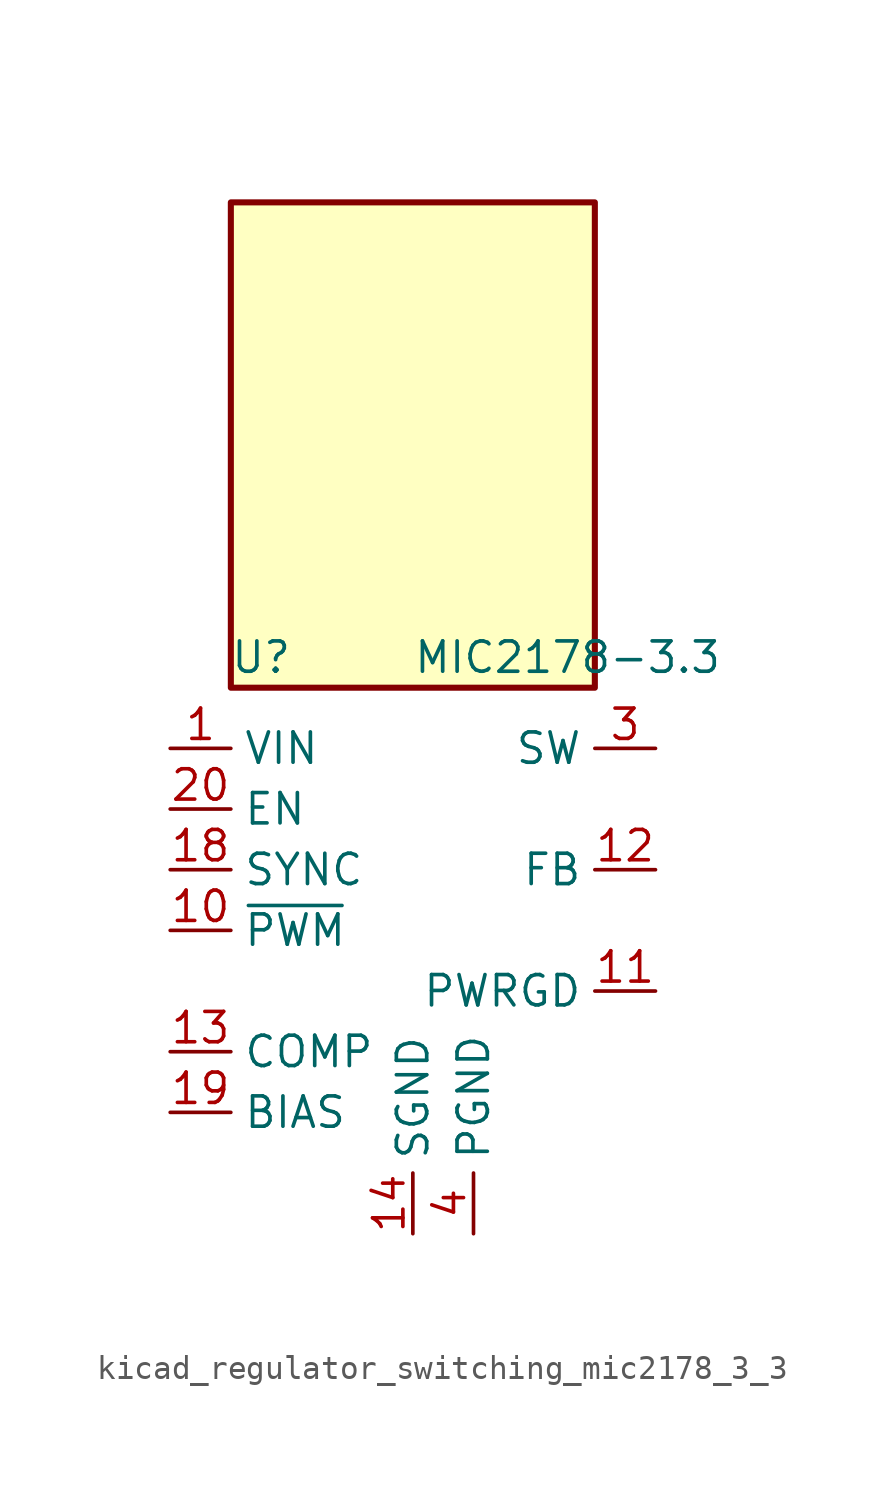
<source format=kicad_sym>
(kicad_symbol_lib
  (version 20220914)
  (generator kicad_symbol_editor)
  (symbol "kicad_regulator_switching_mic2178_3_3"
    (property "Reference" "U"
      (at -6.35 13.97 0)
      (effects (font (size 1.27 1.27))))
    (property "Value" "MIC2178-3.3"
      (at 0 13.97 0)
      (effects (font (size 1.27 1.27)) (justify left)))
    (symbol "kicad_regulator_switching_mic2178_3_3_0_1"
      (rectangle (start 7.62 33.02) (end -7.62 12.7) (stroke (width 0.254) (type default)) (fill (type background))))
    (symbol "kicad_regulator_switching_mic2178_3_3_1_1"
      (pin power_in line (at -10.16 10.16 0) (length 2.54) (name "VIN" (effects (font (size 1.27 1.27)))) (number "1" (effects (font (size 1.27 1.27)))))
      (pin input line (at -10.16 2.54 0) (length 2.54) (name "~{PWM}" (effects (font (size 1.27 1.27)))) (number "10" (effects (font (size 1.27 1.27)))))
      (pin output line (at 10.16 0 180) (length 2.54) (name "PWRGD" (effects (font (size 1.27 1.27)))) (number "11" (effects (font (size 1.27 1.27)))))
      (pin input line (at 10.16 5.08 180) (length 2.54) (name "FB" (effects (font (size 1.27 1.27)))) (number "12" (effects (font (size 1.27 1.27)))))
      (pin input line (at -10.16 -2.54 0) (length 2.54) (name "COMP" (effects (font (size 1.27 1.27)))) (number "13" (effects (font (size 1.27 1.27)))))
      (pin power_in line (at 0 -10.16 90) (length 2.54) (name "SGND" (effects (font (size 1.27 1.27)))) (number "14" (effects (font (size 1.27 1.27)))))
      (pin passive line (at 0 -10.16 90) (length 2.54) hide (name "SGND" (effects (font (size 1.27 1.27)))) (number "15" (effects (font (size 1.27 1.27)))))
      (pin passive line (at 0 -10.16 90) (length 2.54) hide (name "SGND" (effects (font (size 1.27 1.27)))) (number "16" (effects (font (size 1.27 1.27)))))
      (pin passive line (at 0 -10.16 90) (length 2.54) hide (name "SGND" (effects (font (size 1.27 1.27)))) (number "17" (effects (font (size 1.27 1.27)))))
      (pin input line (at -10.16 5.08 0) (length 2.54) (name "SYNC" (effects (font (size 1.27 1.27)))) (number "18" (effects (font (size 1.27 1.27)))))
      (pin input line (at -10.16 -5.08 0) (length 2.54) (name "BIAS" (effects (font (size 1.27 1.27)))) (number "19" (effects (font (size 1.27 1.27)))))
      (pin passive line (at -10.16 10.16 0) (length 2.54) hide (name "VIN" (effects (font (size 1.27 1.27)))) (number "2" (effects (font (size 1.27 1.27)))))
      (pin input line (at -10.16 7.62 0) (length 2.54) (name "EN" (effects (font (size 1.27 1.27)))) (number "20" (effects (font (size 1.27 1.27)))))
      (pin output line (at 10.16 10.16 180) (length 2.54) (name "SW" (effects (font (size 1.27 1.27)))) (number "3" (effects (font (size 1.27 1.27)))))
      (pin power_in line (at 2.54 -10.16 90) (length 2.54) (name "PGND" (effects (font (size 1.27 1.27)))) (number "4" (effects (font (size 1.27 1.27)))))
      (pin passive line (at 2.54 -10.16 90) (length 2.54) hide (name "PGND" (effects (font (size 1.27 1.27)))) (number "5" (effects (font (size 1.27 1.27)))))
      (pin passive line (at 2.54 -10.16 90) (length 2.54) hide (name "PGND" (effects (font (size 1.27 1.27)))) (number "6" (effects (font (size 1.27 1.27)))))
      (pin passive line (at 2.54 -10.16 90) (length 2.54) hide (name "PGND" (effects (font (size 1.27 1.27)))) (number "7" (effects (font (size 1.27 1.27)))))
      (pin passive line (at 10.16 10.16 180) (length 2.54) hide (name "SW" (effects (font (size 1.27 1.27)))) (number "8" (effects (font (size 1.27 1.27)))))
      (pin passive line (at -10.16 10.16 0) (length 2.54) hide (name "VIN" (effects (font (size 1.27 1.27)))) (number "9" (effects (font (size 1.27 1.27))))))))
</source>
